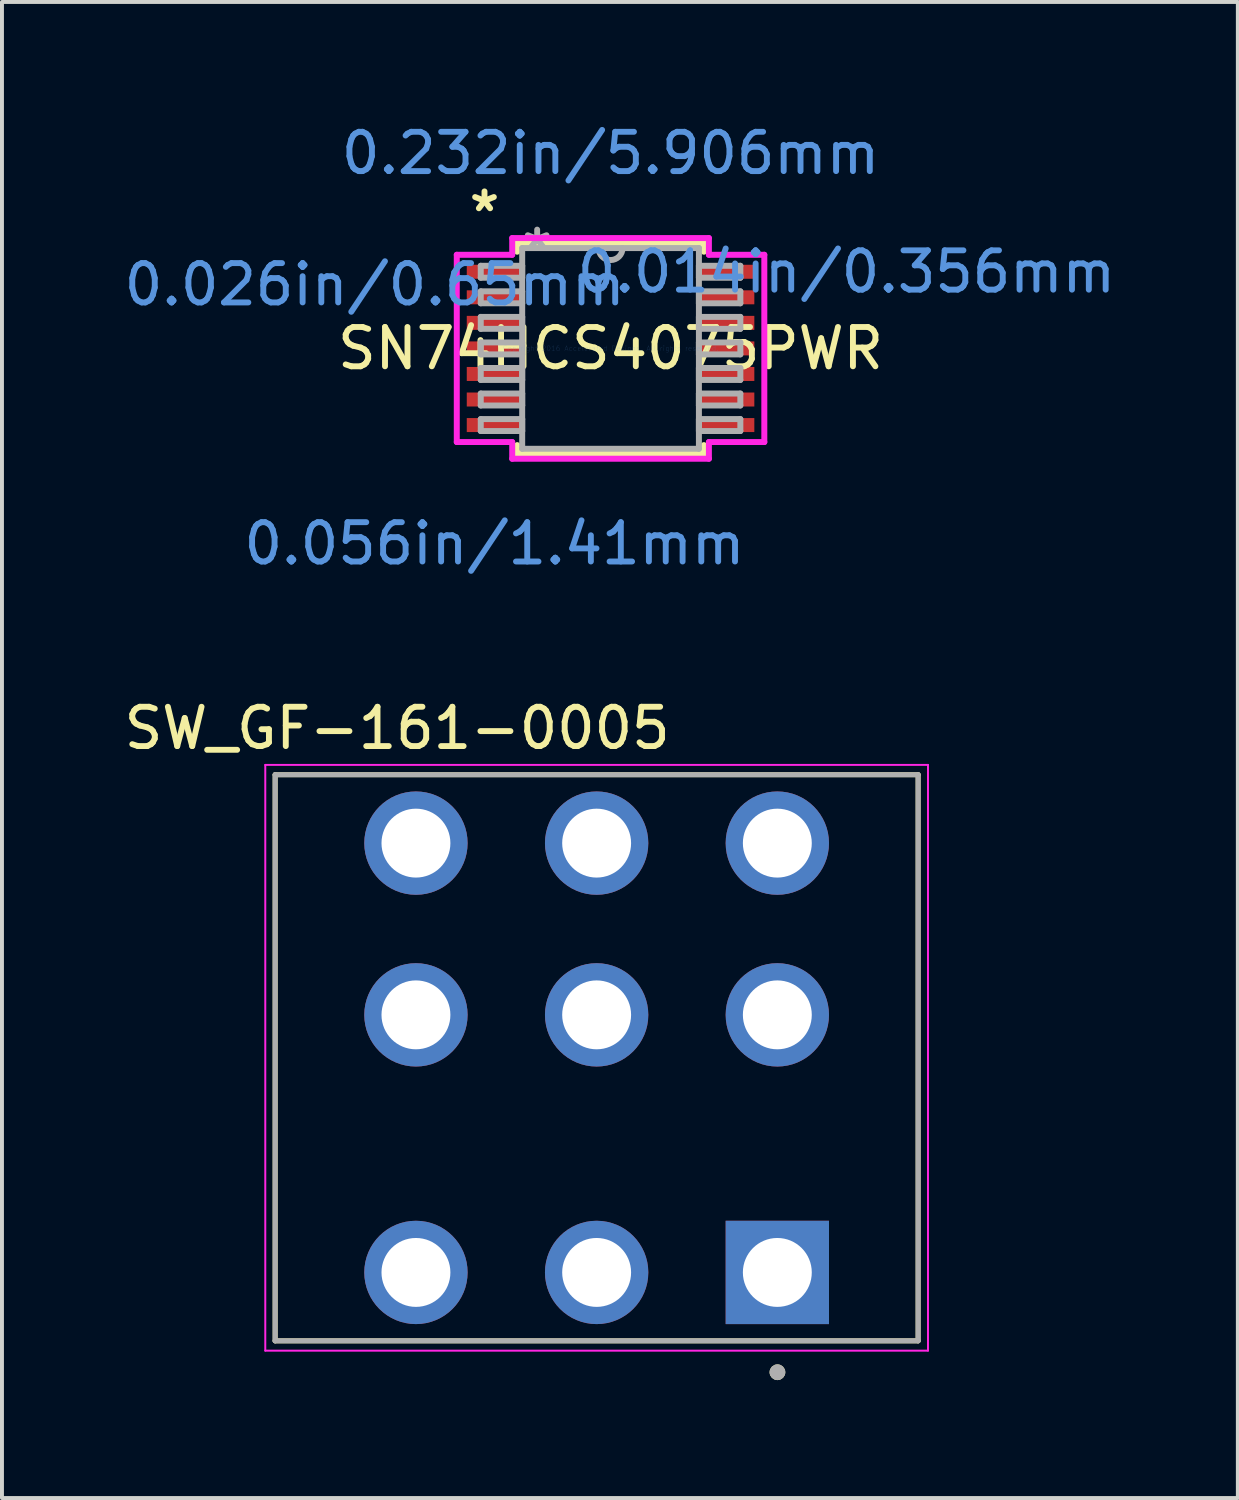
<source format=kicad_pcb>
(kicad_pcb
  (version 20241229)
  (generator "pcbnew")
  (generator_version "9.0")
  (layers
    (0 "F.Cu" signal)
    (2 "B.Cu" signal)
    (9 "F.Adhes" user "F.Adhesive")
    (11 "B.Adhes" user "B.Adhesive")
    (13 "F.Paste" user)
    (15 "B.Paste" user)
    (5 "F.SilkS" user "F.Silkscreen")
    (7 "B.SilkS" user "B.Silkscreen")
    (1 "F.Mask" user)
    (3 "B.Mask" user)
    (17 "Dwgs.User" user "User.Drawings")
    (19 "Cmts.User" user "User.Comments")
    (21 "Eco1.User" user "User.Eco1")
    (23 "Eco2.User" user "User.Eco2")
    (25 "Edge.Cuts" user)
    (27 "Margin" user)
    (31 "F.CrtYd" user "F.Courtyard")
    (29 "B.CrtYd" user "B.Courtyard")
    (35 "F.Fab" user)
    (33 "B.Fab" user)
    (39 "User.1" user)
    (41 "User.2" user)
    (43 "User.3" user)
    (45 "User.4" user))
  (footprint "SW_GF-161-0005"
    (layer "F.Cu")
    (at 12.129 23.861)
    (property "Reference" "SW_GF-161-0005" (at -5.075 -8.385 0) (layer "F.SilkS") (effects (font (size 1 1) (thickness 0.15))))
    (attr through_hole)
    (fp_line (start -8.179 -7.201) (end 8.179 -7.201) (stroke (width 0.127) (type solid)) (layer "F.SilkS"))
    (fp_line (start -8.179 7.201) (end -8.179 -7.201) (stroke (width 0.127) (type solid)) (layer "F.SilkS"))
    (fp_line (start 8.179 -7.201) (end 8.179 7.201) (stroke (width 0.127) (type solid)) (layer "F.SilkS"))
    (fp_line (start 8.179 7.201) (end -8.179 7.201) (stroke (width 0.127) (type solid)) (layer "F.SilkS"))
    (fp_circle (center 4.6 8) (end 4.7 8) (stroke (width 0.2) (type solid)) (fill no) (layer "F.SilkS"))
    (fp_line (start -8.43 -7.451) (end 8.43 -7.451) (stroke (width 0.05) (type solid)) (layer "F.CrtYd"))
    (fp_line (start -8.43 7.451) (end -8.43 -7.451) (stroke (width 0.05) (type solid)) (layer "F.CrtYd"))
    (fp_line (start 8.43 -7.451) (end 8.43 7.451) (stroke (width 0.05) (type solid)) (layer "F.CrtYd"))
    (fp_line (start 8.43 7.451) (end -8.43 7.451) (stroke (width 0.05) (type solid)) (layer "F.CrtYd"))
    (fp_line (start -8.179 -7.201) (end 8.179 -7.201) (stroke (width 0.127) (type solid)) (layer "F.Fab"))
    (fp_line (start -8.179 7.201) (end -8.179 -7.201) (stroke (width 0.127) (type solid)) (layer "F.Fab"))
    (fp_line (start 8.179 -7.201) (end 8.179 7.201) (stroke (width 0.127) (type solid)) (layer "F.Fab"))
    (fp_line (start 8.179 7.201) (end -8.179 7.201) (stroke (width 0.127) (type solid)) (layer "F.Fab"))
    (fp_circle (center 4.6 8) (end 4.7 8) (stroke (width 0.2) (type solid)) (fill no) (layer "F.Fab"))
    (pad "1" thru_hole rect (at 4.597 5.461) (size 2.629 2.629) (drill 1.753) (layers "*.Cu" "*.Mask"))
    (pad "2" thru_hole circle (at 0 5.461) (size 2.629 2.629) (drill 1.753) (layers "*.Cu" "*.Mask"))
    (pad "3" thru_hole circle (at -4.597 5.461) (size 2.629 2.629) (drill 1.753) (layers "*.Cu" "*.Mask"))
    (pad "4" thru_hole circle (at 4.597 -1.092) (size 2.629 2.629) (drill 1.753) (layers "*.Cu" "*.Mask"))
    (pad "5" thru_hole circle (at 0 -1.092) (size 2.629 2.629) (drill 1.753) (layers "*.Cu" "*.Mask"))
    (pad "6" thru_hole circle (at -4.597 -1.092) (size 2.629 2.629) (drill 1.753) (layers "*.Cu" "*.Mask"))
    (pad "7" thru_hole circle (at 4.597 -5.461) (size 2.629 2.629) (drill 1.753) (layers "*.Cu" "*.Mask"))
    (pad "8" thru_hole circle (at 0 -5.461) (size 2.629 2.629) (drill 1.753) (layers "*.Cu" "*.Mask"))
    (pad "9" thru_hole circle (at -4.597 -5.461) (size 2.629 2.629) (drill 1.753) (layers "*.Cu" "*.Mask")))
  (footprint "SN74HCS4075PWR"
    (layer "F.Cu")
    (at 12.483 5.814)
    (property "Reference" "SN74HCS4075PWR" (at 0 0 0) (layer "F.SilkS") (effects (font (size 1 1) (thickness 0.15))))
    (attr through_hole)
    (fp_line (start -2.375 -2.68) (end -2.375 -2.46) (stroke (width 0.152) (type solid)) (layer "F.SilkS"))
    (fp_line (start -2.375 2.46) (end -2.375 2.68) (stroke (width 0.152) (type solid)) (layer "F.SilkS"))
    (fp_line (start -2.375 2.68) (end 2.375 2.68) (stroke (width 0.152) (type solid)) (layer "F.SilkS"))
    (fp_line (start 2.375 -2.68) (end -2.375 -2.68) (stroke (width 0.152) (type solid)) (layer "F.SilkS"))
    (fp_line (start 2.375 -2.46) (end 2.375 -2.68) (stroke (width 0.152) (type solid)) (layer "F.SilkS"))
    (fp_line (start 2.375 2.68) (end 2.375 2.46) (stroke (width 0.152) (type solid)) (layer "F.SilkS"))
    (fp_line (start -3.912 -2.382) (end -2.502 -2.382) (stroke (width 0.152) (type solid)) (layer "F.CrtYd"))
    (fp_line (start -3.912 2.382) (end -3.912 -2.382) (stroke (width 0.152) (type solid)) (layer "F.CrtYd"))
    (fp_line (start -3.912 2.382) (end -2.502 2.382) (stroke (width 0.152) (type solid)) (layer "F.CrtYd"))
    (fp_line (start -2.502 -2.807) (end 2.502 -2.807) (stroke (width 0.152) (type solid)) (layer "F.CrtYd"))
    (fp_line (start -2.502 -2.382) (end -2.502 -2.807) (stroke (width 0.152) (type solid)) (layer "F.CrtYd"))
    (fp_line (start -2.502 2.807) (end -2.502 2.382) (stroke (width 0.152) (type solid)) (layer "F.CrtYd"))
    (fp_line (start 2.502 -2.807) (end 2.502 -2.382) (stroke (width 0.152) (type solid)) (layer "F.CrtYd"))
    (fp_line (start 2.502 2.382) (end 2.502 2.807) (stroke (width 0.152) (type solid)) (layer "F.CrtYd"))
    (fp_line (start 2.502 2.807) (end -2.502 2.807) (stroke (width 0.152) (type solid)) (layer "F.CrtYd"))
    (fp_line (start 3.912 -2.382) (end 2.502 -2.382) (stroke (width 0.152) (type solid)) (layer "F.CrtYd"))
    (fp_line (start 3.912 -2.382) (end 3.912 2.382) (stroke (width 0.152) (type solid)) (layer "F.CrtYd"))
    (fp_line (start 3.912 2.382) (end 2.502 2.382) (stroke (width 0.152) (type solid)) (layer "F.CrtYd"))
    (fp_line (start -3.302 -2.102) (end -3.302 -1.798) (stroke (width 0.152) (type solid)) (layer "F.Fab"))
    (fp_line (start -3.302 -1.798) (end -2.248 -1.798) (stroke (width 0.152) (type solid)) (layer "F.Fab"))
    (fp_line (start -3.302 -1.452) (end -3.302 -1.148) (stroke (width 0.152) (type solid)) (layer "F.Fab"))
    (fp_line (start -3.302 -1.148) (end -2.248 -1.148) (stroke (width 0.152) (type solid)) (layer "F.Fab"))
    (fp_line (start -3.302 -0.802) (end -3.302 -0.498) (stroke (width 0.152) (type solid)) (layer "F.Fab"))
    (fp_line (start -3.302 -0.498) (end -2.248 -0.498) (stroke (width 0.152) (type solid)) (layer "F.Fab"))
    (fp_line (start -3.302 -0.152) (end -3.302 0.152) (stroke (width 0.152) (type solid)) (layer "F.Fab"))
    (fp_line (start -3.302 0.152) (end -2.248 0.152) (stroke (width 0.152) (type solid)) (layer "F.Fab"))
    (fp_line (start -3.302 0.498) (end -3.302 0.802) (stroke (width 0.152) (type solid)) (layer "F.Fab"))
    (fp_line (start -3.302 0.802) (end -2.248 0.802) (stroke (width 0.152) (type solid)) (layer "F.Fab"))
    (fp_line (start -3.302 1.148) (end -3.302 1.452) (stroke (width 0.152) (type solid)) (layer "F.Fab"))
    (fp_line (start -3.302 1.452) (end -2.248 1.452) (stroke (width 0.152) (type solid)) (layer "F.Fab"))
    (fp_line (start -3.302 1.798) (end -3.302 2.102) (stroke (width 0.152) (type solid)) (layer "F.Fab"))
    (fp_line (start -3.302 2.102) (end -2.248 2.102) (stroke (width 0.152) (type solid)) (layer "F.Fab"))
    (fp_line (start -2.248 -2.553) (end -2.248 2.553) (stroke (width 0.152) (type solid)) (layer "F.Fab"))
    (fp_line (start -2.248 -2.102) (end -3.302 -2.102) (stroke (width 0.152) (type solid)) (layer "F.Fab"))
    (fp_line (start -2.248 -1.798) (end -2.248 -2.102) (stroke (width 0.152) (type solid)) (layer "F.Fab"))
    (fp_line (start -2.248 -1.452) (end -3.302 -1.452) (stroke (width 0.152) (type solid)) (layer "F.Fab"))
    (fp_line (start -2.248 -1.148) (end -2.248 -1.452) (stroke (width 0.152) (type solid)) (layer "F.Fab"))
    (fp_line (start -2.248 -0.802) (end -3.302 -0.802) (stroke (width 0.152) (type solid)) (layer "F.Fab"))
    (fp_line (start -2.248 -0.498) (end -2.248 -0.802) (stroke (width 0.152) (type solid)) (layer "F.Fab"))
    (fp_line (start -2.248 -0.152) (end -3.302 -0.152) (stroke (width 0.152) (type solid)) (layer "F.Fab"))
    (fp_line (start -2.248 0.152) (end -2.248 -0.152) (stroke (width 0.152) (type solid)) (layer "F.Fab"))
    (fp_line (start -2.248 0.498) (end -3.302 0.498) (stroke (width 0.152) (type solid)) (layer "F.Fab"))
    (fp_line (start -2.248 0.802) (end -2.248 0.498) (stroke (width 0.152) (type solid)) (layer "F.Fab"))
    (fp_line (start -2.248 1.148) (end -3.302 1.148) (stroke (width 0.152) (type solid)) (layer "F.Fab"))
    (fp_line (start -2.248 1.452) (end -2.248 1.148) (stroke (width 0.152) (type solid)) (layer "F.Fab"))
    (fp_line (start -2.248 1.798) (end -3.302 1.798) (stroke (width 0.152) (type solid)) (layer "F.Fab"))
    (fp_line (start -2.248 2.102) (end -2.248 1.798) (stroke (width 0.152) (type solid)) (layer "F.Fab"))
    (fp_line (start -2.248 2.553) (end 2.248 2.553) (stroke (width 0.152) (type solid)) (layer "F.Fab"))
    (fp_line (start 2.248 -2.553) (end -2.248 -2.553) (stroke (width 0.152) (type solid)) (layer "F.Fab"))
    (fp_line (start 2.248 -2.102) (end 2.248 -1.798) (stroke (width 0.152) (type solid)) (layer "F.Fab"))
    (fp_line (start 2.248 -1.798) (end 3.302 -1.798) (stroke (width 0.152) (type solid)) (layer "F.Fab"))
    (fp_line (start 2.248 -1.452) (end 2.248 -1.148) (stroke (width 0.152) (type solid)) (layer "F.Fab"))
    (fp_line (start 2.248 -1.148) (end 3.302 -1.148) (stroke (width 0.152) (type solid)) (layer "F.Fab"))
    (fp_line (start 2.248 -0.802) (end 2.248 -0.498) (stroke (width 0.152) (type solid)) (layer "F.Fab"))
    (fp_line (start 2.248 -0.498) (end 3.302 -0.498) (stroke (width 0.152) (type solid)) (layer "F.Fab"))
    (fp_line (start 2.248 -0.152) (end 2.248 0.152) (stroke (width 0.152) (type solid)) (layer "F.Fab"))
    (fp_line (start 2.248 0.152) (end 3.302 0.152) (stroke (width 0.152) (type solid)) (layer "F.Fab"))
    (fp_line (start 2.248 0.498) (end 2.248 0.802) (stroke (width 0.152) (type solid)) (layer "F.Fab"))
    (fp_line (start 2.248 0.802) (end 3.302 0.802) (stroke (width 0.152) (type solid)) (layer "F.Fab"))
    (fp_line (start 2.248 1.148) (end 2.248 1.452) (stroke (width 0.152) (type solid)) (layer "F.Fab"))
    (fp_line (start 2.248 1.452) (end 3.302 1.452) (stroke (width 0.152) (type solid)) (layer "F.Fab"))
    (fp_line (start 2.248 1.798) (end 2.248 2.102) (stroke (width 0.152) (type solid)) (layer "F.Fab"))
    (fp_line (start 2.248 2.102) (end 3.302 2.102) (stroke (width 0.152) (type solid)) (layer "F.Fab"))
    (fp_line (start 2.248 2.553) (end 2.248 -2.553) (stroke (width 0.152) (type solid)) (layer "F.Fab"))
    (fp_line (start 3.302 -2.102) (end 2.248 -2.102) (stroke (width 0.152) (type solid)) (layer "F.Fab"))
    (fp_line (start 3.302 -1.798) (end 3.302 -2.102) (stroke (width 0.152) (type solid)) (layer "F.Fab"))
    (fp_line (start 3.302 -1.452) (end 2.248 -1.452) (stroke (width 0.152) (type solid)) (layer "F.Fab"))
    (fp_line (start 3.302 -1.148) (end 3.302 -1.452) (stroke (width 0.152) (type solid)) (layer "F.Fab"))
    (fp_line (start 3.302 -0.802) (end 2.248 -0.802) (stroke (width 0.152) (type solid)) (layer "F.Fab"))
    (fp_line (start 3.302 -0.498) (end 3.302 -0.802) (stroke (width 0.152) (type solid)) (layer "F.Fab"))
    (fp_line (start 3.302 -0.152) (end 2.248 -0.152) (stroke (width 0.152) (type solid)) (layer "F.Fab"))
    (fp_line (start 3.302 0.152) (end 3.302 -0.152) (stroke (width 0.152) (type solid)) (layer "F.Fab"))
    (fp_line (start 3.302 0.498) (end 2.248 0.498) (stroke (width 0.152) (type solid)) (layer "F.Fab"))
    (fp_line (start 3.302 0.802) (end 3.302 0.498) (stroke (width 0.152) (type solid)) (layer "F.Fab"))
    (fp_line (start 3.302 1.148) (end 2.248 1.148) (stroke (width 0.152) (type solid)) (layer "F.Fab"))
    (fp_line (start 3.302 1.452) (end 3.302 1.148) (stroke (width 0.152) (type solid)) (layer "F.Fab"))
    (fp_line (start 3.302 1.798) (end 2.248 1.798) (stroke (width 0.152) (type solid)) (layer "F.Fab"))
    (fp_line (start 3.302 2.102) (end 3.302 1.798) (stroke (width 0.152) (type solid)) (layer "F.Fab"))
    (fp_arc (start 0.3048 -2.5527) (mid 0 -2.2479) (end -0.3048 -2.5527) (stroke (width 0.1524) (type solid)) (layer "F.Fab"))
    (fp_text user "*" (at -3.207 -3.449 0) (layer "F.SilkS") (effects (font (size 1 1) (thickness 0.15))))
    (fp_text user "0.026in/0.65mm" (at -6.001 -1.625 0) (layer "Cmts.User") (effects (font (size 1 1) (thickness 0.15))))
    (fp_text user "0.056in/1.41mm" (at -2.953 4.966 0) (layer "Cmts.User") (effects (font (size 1 1) (thickness 0.15))))
    (fp_text user "Copyright 2016 Accelerated Designs. All rights reserved." (at 0 0 0) (layer "Cmts.User") (effects (font (size 0.127 0.127) (thickness 0.002))))
    (fp_text user "0.232in/5.906mm" (at 0 -4.966 0) (layer "Cmts.User") (effects (font (size 1 1) (thickness 0.15))))
    (fp_text user "0.014in/0.356mm" (at 6.001 -1.95 0) (layer "Cmts.User") (effects (font (size 1 1) (thickness 0.15))))
    (fp_text user "*" (at -1.867 -2.477 0) (layer "F.Fab") (effects (font (size 1 1) (thickness 0.15))))
    (pad "1" smd rect (at -2.953 -1.95) (size 1.41 0.356) (layers "F.Cu" "F.Mask" "F.Paste"))
    (pad "2" smd rect (at -2.953 -1.3) (size 1.41 0.356) (layers "F.Cu" "F.Mask" "F.Paste"))
    (pad "3" smd rect (at -2.953 -0.65) (size 1.41 0.356) (layers "F.Cu" "F.Mask" "F.Paste"))
    (pad "4" smd rect (at -2.953 0) (size 1.41 0.356) (layers "F.Cu" "F.Mask" "F.Paste"))
    (pad "5" smd rect (at -2.953 0.65) (size 1.41 0.356) (layers "F.Cu" "F.Mask" "F.Paste"))
    (pad "6" smd rect (at -2.953 1.3) (size 1.41 0.356) (layers "F.Cu" "F.Mask" "F.Paste"))
    (pad "7" smd rect (at -2.953 1.95) (size 1.41 0.356) (layers "F.Cu" "F.Mask" "F.Paste"))
    (pad "8" smd rect (at 2.953 1.95) (size 1.41 0.356) (layers "F.Cu" "F.Mask" "F.Paste"))
    (pad "9" smd rect (at 2.953 1.3) (size 1.41 0.356) (layers "F.Cu" "F.Mask" "F.Paste"))
    (pad "10" smd rect (at 2.953 0.65) (size 1.41 0.356) (layers "F.Cu" "F.Mask" "F.Paste"))
    (pad "11" smd rect (at 2.953 0) (size 1.41 0.356) (layers "F.Cu" "F.Mask" "F.Paste"))
    (pad "12" smd rect (at 2.953 -0.65) (size 1.41 0.356) (layers "F.Cu" "F.Mask" "F.Paste"))
    (pad "13" smd rect (at 2.953 -1.3) (size 1.41 0.356) (layers "F.Cu" "F.Mask" "F.Paste"))
    (pad "14" smd rect (at 2.953 -1.95) (size 1.41 0.356) (layers "F.Cu" "F.Mask" "F.Paste")))
  (gr_rect
    (start -3 -3)
    (end 28.442 35.061)
    (stroke (width 0.1) (type default))
    (fill no)
    (layer "Edge.Cuts")))
</source>
